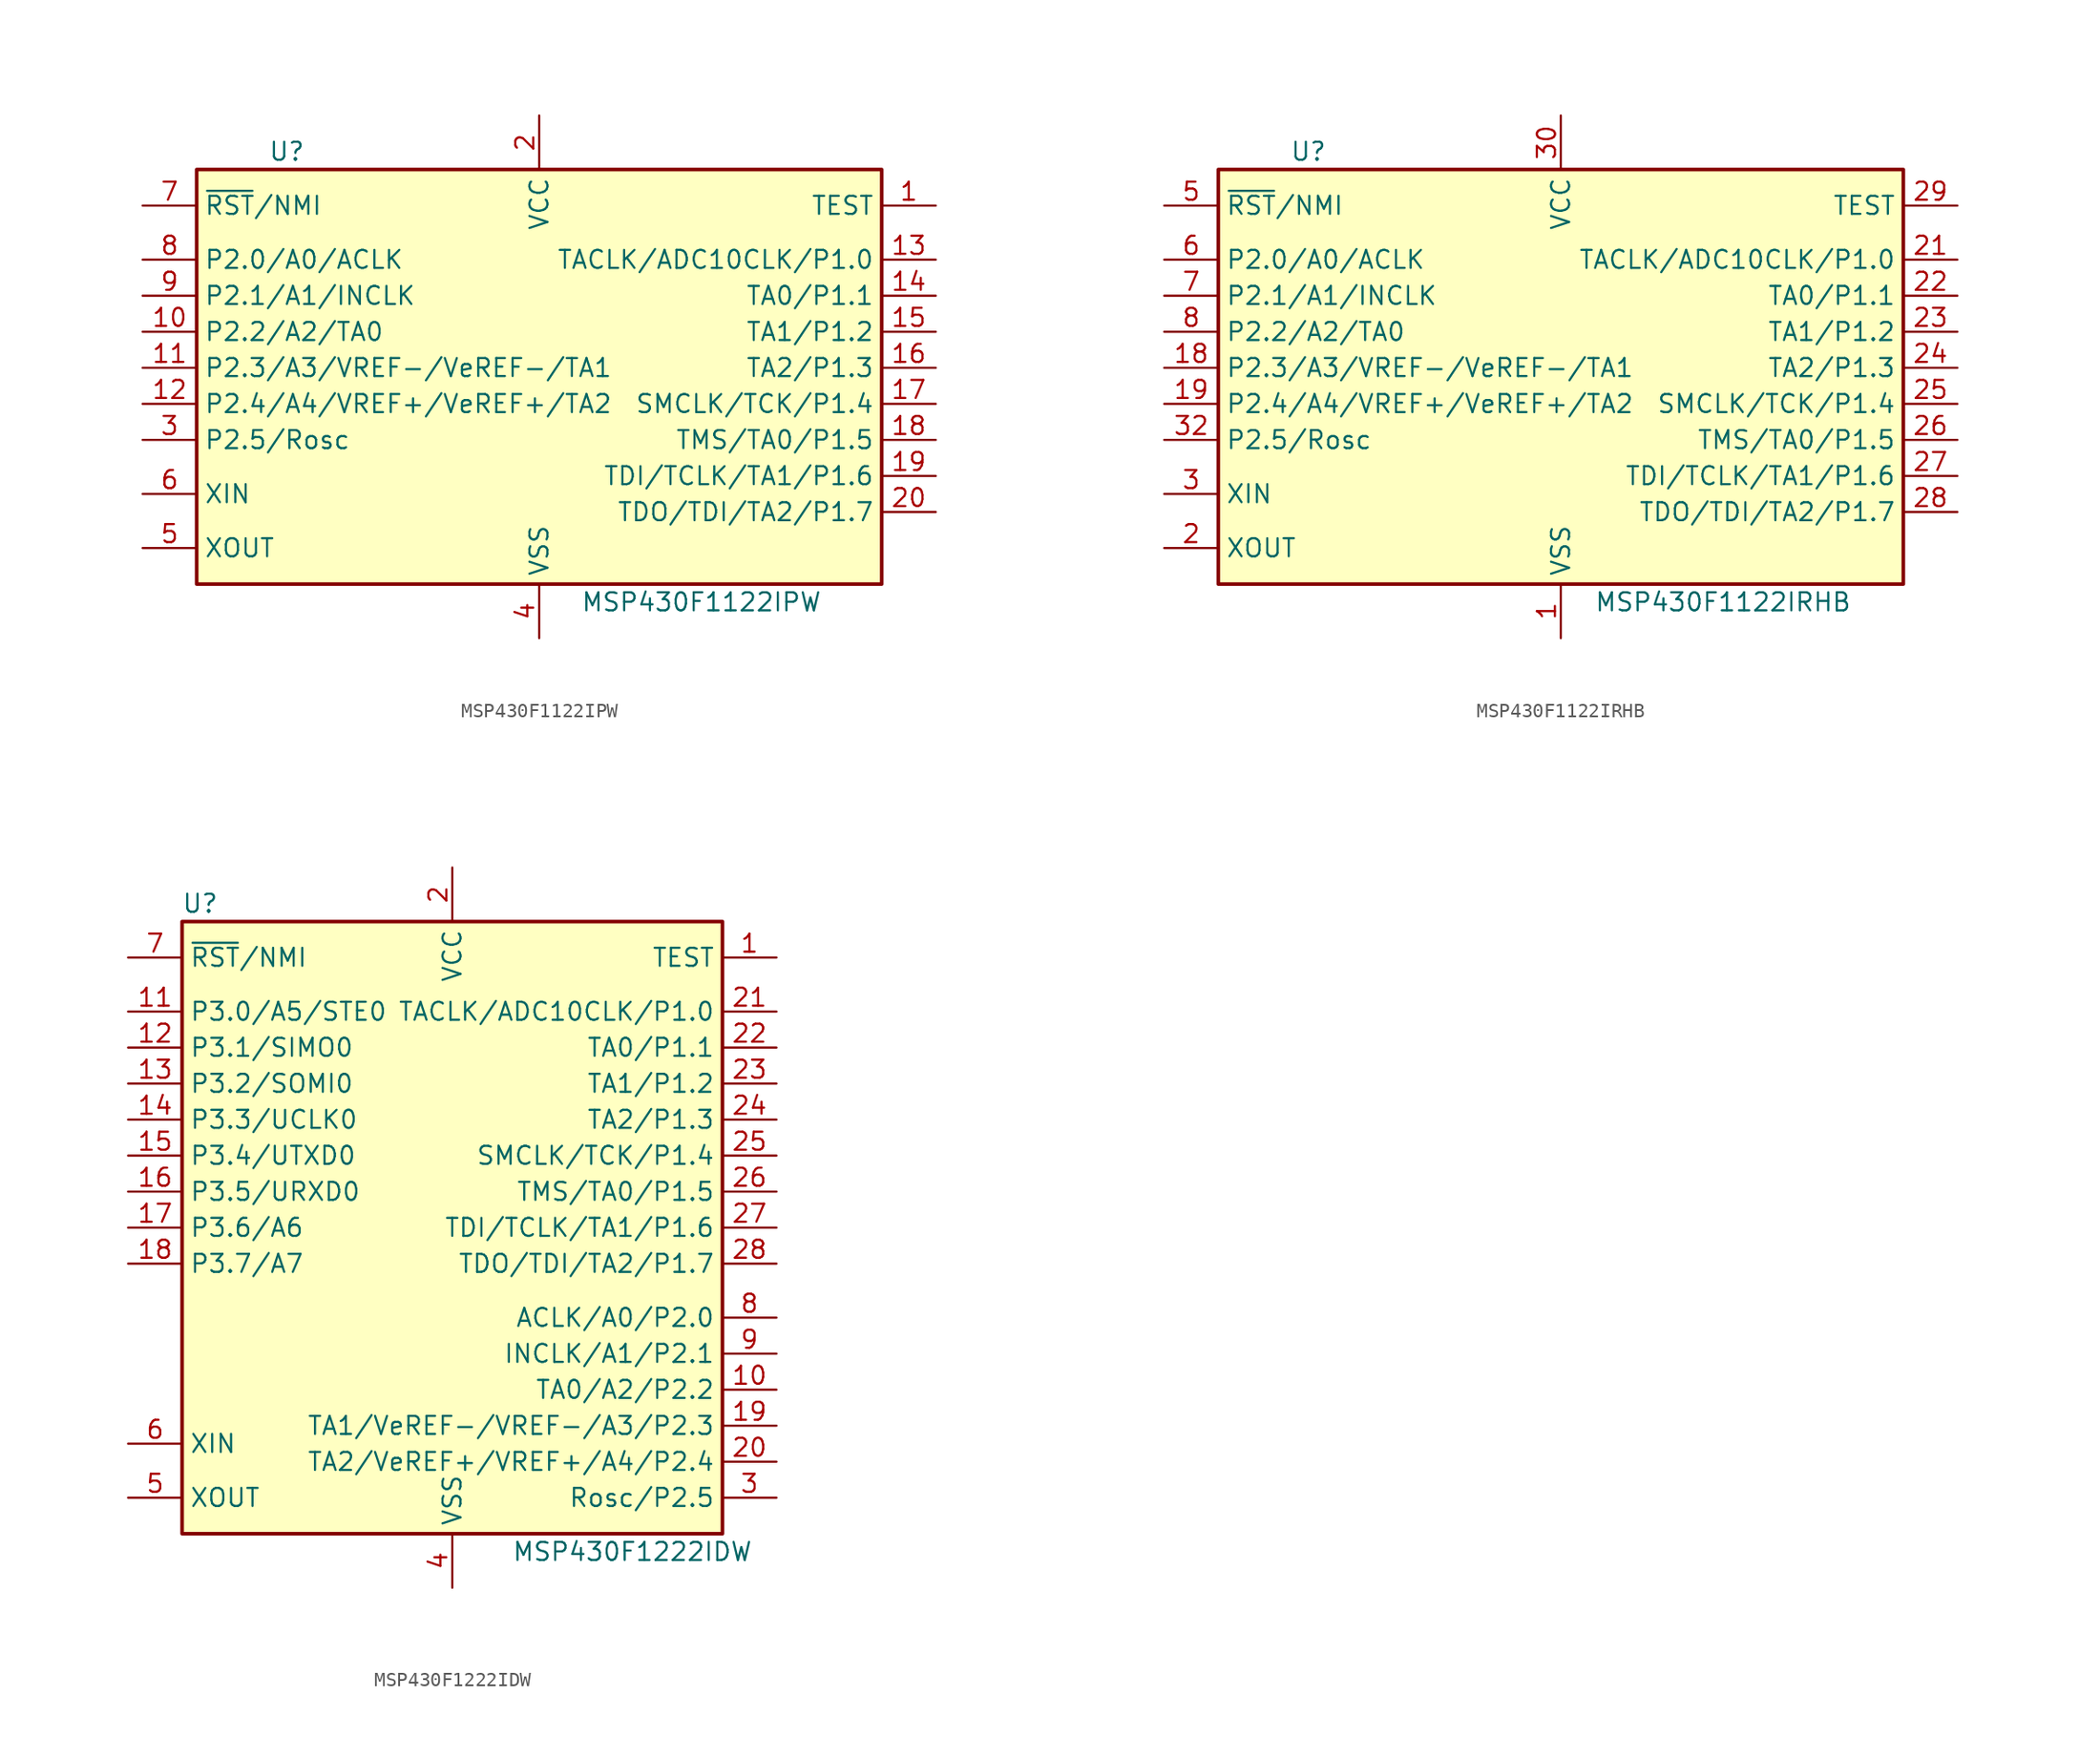
<source format=kicad_sym>
(kicad_symbol_lib
  (version 20201005)
  (generator kicad_symbol_editor)
  (symbol "MSP430F1122IPW"
    (property "Reference" "U"
      (at -17.78 15.24 0)
      (effects (font (size 1.27 1.27))))
    (property "Value" "MSP430F1122IPW"
      (at 11.43 -16.51 0)
      (effects (font (size 1.27 1.27))))
    (symbol "MSP430F1122IPW_0_1"
      (rectangle (start -24.13 13.97) (end 24.13 -15.24) (stroke (width 0.254)) (fill (type background))))
    (symbol "MSP430F1122IPW_1_1"
      (pin input line (at 27.94 11.43 180) (length 3.81) (name "TEST" (effects (font (size 1.27 1.27)))) (number "1" (effects (font (size 1.27 1.27)))))
      (pin bidirectional line (at -27.94 2.54 0) (length 3.81) (name "P2.2/A2/TA0" (effects (font (size 1.27 1.27)))) (number "10" (effects (font (size 1.27 1.27)))))
      (pin bidirectional line (at -27.94 0 0) (length 3.81) (name "P2.3/A3/VREF-/VeREF-/TA1" (effects (font (size 1.27 1.27)))) (number "11" (effects (font (size 1.27 1.27)))))
      (pin bidirectional line (at -27.94 -2.54 0) (length 3.81) (name "P2.4/A4/VREF+/VeREF+/TA2" (effects (font (size 1.27 1.27)))) (number "12" (effects (font (size 1.27 1.27)))))
      (pin bidirectional line (at 27.94 7.62 180) (length 3.81) (name "TACLK/ADC10CLK/P1.0" (effects (font (size 1.27 1.27)))) (number "13" (effects (font (size 1.27 1.27)))))
      (pin bidirectional line (at 27.94 5.08 180) (length 3.81) (name "TA0/P1.1" (effects (font (size 1.27 1.27)))) (number "14" (effects (font (size 1.27 1.27)))))
      (pin bidirectional line (at 27.94 2.54 180) (length 3.81) (name "TA1/P1.2" (effects (font (size 1.27 1.27)))) (number "15" (effects (font (size 1.27 1.27)))))
      (pin bidirectional line (at 27.94 0 180) (length 3.81) (name "TA2/P1.3" (effects (font (size 1.27 1.27)))) (number "16" (effects (font (size 1.27 1.27)))))
      (pin bidirectional line (at 27.94 -2.54 180) (length 3.81) (name "SMCLK/TCK/P1.4" (effects (font (size 1.27 1.27)))) (number "17" (effects (font (size 1.27 1.27)))))
      (pin bidirectional line (at 27.94 -5.08 180) (length 3.81) (name "TMS/TA0/P1.5" (effects (font (size 1.27 1.27)))) (number "18" (effects (font (size 1.27 1.27)))))
      (pin bidirectional line (at 27.94 -7.62 180) (length 3.81) (name "TDI/TCLK/TA1/P1.6" (effects (font (size 1.27 1.27)))) (number "19" (effects (font (size 1.27 1.27)))))
      (pin power_in line (at 0 17.78 270) (length 3.81) (name "VCC" (effects (font (size 1.27 1.27)))) (number "2" (effects (font (size 1.27 1.27)))))
      (pin bidirectional line (at 27.94 -10.16 180) (length 3.81) (name "TDO/TDI/TA2/P1.7" (effects (font (size 1.27 1.27)))) (number "20" (effects (font (size 1.27 1.27)))))
      (pin bidirectional line (at -27.94 -5.08 0) (length 3.81) (name "P2.5/Rosc" (effects (font (size 1.27 1.27)))) (number "3" (effects (font (size 1.27 1.27)))))
      (pin power_in line (at 0 -19.05 90) (length 3.81) (name "VSS" (effects (font (size 1.27 1.27)))) (number "4" (effects (font (size 1.27 1.27)))))
      (pin output line (at -27.94 -12.7 0) (length 3.81) (name "XOUT" (effects (font (size 1.27 1.27)))) (number "5" (effects (font (size 1.27 1.27)))))
      (pin input line (at -27.94 -8.89 0) (length 3.81) (name "XIN" (effects (font (size 1.27 1.27)))) (number "6" (effects (font (size 1.27 1.27)))))
      (pin input line (at -27.94 11.43 0) (length 3.81) (name "~RST~/NMI" (effects (font (size 1.27 1.27)))) (number "7" (effects (font (size 1.27 1.27)))))
      (pin bidirectional line (at -27.94 7.62 0) (length 3.81) (name "P2.0/A0/ACLK" (effects (font (size 1.27 1.27)))) (number "8" (effects (font (size 1.27 1.27)))))
      (pin bidirectional line (at -27.94 5.08 0) (length 3.81) (name "P2.1/A1/INCLK" (effects (font (size 1.27 1.27)))) (number "9" (effects (font (size 1.27 1.27)))))))
  (symbol "MSP430F1122IRHB"
    (property "Reference" "U"
      (at -17.78 15.24 0)
      (effects (font (size 1.27 1.27))))
    (property "Value" "MSP430F1122IRHB"
      (at 11.43 -16.51 0)
      (effects (font (size 1.27 1.27))))
    (symbol "MSP430F1122IRHB_0_1"
      (rectangle (start -24.13 13.97) (end 24.13 -15.24) (stroke (width 0.254)) (fill (type background))))
    (symbol "MSP430F1122IRHB_1_1"
      (pin power_in line (at 0 -19.05 90) (length 3.81) (name "VSS" (effects (font (size 1.27 1.27)))) (number "1" (effects (font (size 1.27 1.27)))))
      (pin bidirectional line (at -27.94 0 0) (length 3.81) (name "P2.3/A3/VREF-/VeREF-/TA1" (effects (font (size 1.27 1.27)))) (number "18" (effects (font (size 1.27 1.27)))))
      (pin bidirectional line (at -27.94 -2.54 0) (length 3.81) (name "P2.4/A4/VREF+/VeREF+/TA2" (effects (font (size 1.27 1.27)))) (number "19" (effects (font (size 1.27 1.27)))))
      (pin output line (at -27.94 -12.7 0) (length 3.81) (name "XOUT" (effects (font (size 1.27 1.27)))) (number "2" (effects (font (size 1.27 1.27)))))
      (pin bidirectional line (at 27.94 7.62 180) (length 3.81) (name "TACLK/ADC10CLK/P1.0" (effects (font (size 1.27 1.27)))) (number "21" (effects (font (size 1.27 1.27)))))
      (pin bidirectional line (at 27.94 5.08 180) (length 3.81) (name "TA0/P1.1" (effects (font (size 1.27 1.27)))) (number "22" (effects (font (size 1.27 1.27)))))
      (pin bidirectional line (at 27.94 2.54 180) (length 3.81) (name "TA1/P1.2" (effects (font (size 1.27 1.27)))) (number "23" (effects (font (size 1.27 1.27)))))
      (pin bidirectional line (at 27.94 0 180) (length 3.81) (name "TA2/P1.3" (effects (font (size 1.27 1.27)))) (number "24" (effects (font (size 1.27 1.27)))))
      (pin bidirectional line (at 27.94 -2.54 180) (length 3.81) (name "SMCLK/TCK/P1.4" (effects (font (size 1.27 1.27)))) (number "25" (effects (font (size 1.27 1.27)))))
      (pin bidirectional line (at 27.94 -5.08 180) (length 3.81) (name "TMS/TA0/P1.5" (effects (font (size 1.27 1.27)))) (number "26" (effects (font (size 1.27 1.27)))))
      (pin bidirectional line (at 27.94 -7.62 180) (length 3.81) (name "TDI/TCLK/TA1/P1.6" (effects (font (size 1.27 1.27)))) (number "27" (effects (font (size 1.27 1.27)))))
      (pin bidirectional line (at 27.94 -10.16 180) (length 3.81) (name "TDO/TDI/TA2/P1.7" (effects (font (size 1.27 1.27)))) (number "28" (effects (font (size 1.27 1.27)))))
      (pin input line (at 27.94 11.43 180) (length 3.81) (name "TEST" (effects (font (size 1.27 1.27)))) (number "29" (effects (font (size 1.27 1.27)))))
      (pin input line (at -27.94 -8.89 0) (length 3.81) (name "XIN" (effects (font (size 1.27 1.27)))) (number "3" (effects (font (size 1.27 1.27)))))
      (pin power_in line (at 0 17.78 270) (length 3.81) (name "VCC" (effects (font (size 1.27 1.27)))) (number "30" (effects (font (size 1.27 1.27)))))
      (pin bidirectional line (at -27.94 -5.08 0) (length 3.81) (name "P2.5/Rosc" (effects (font (size 1.27 1.27)))) (number "32" (effects (font (size 1.27 1.27)))))
      (pin input line (at -27.94 11.43 0) (length 3.81) (name "~RST~/NMI" (effects (font (size 1.27 1.27)))) (number "5" (effects (font (size 1.27 1.27)))))
      (pin bidirectional line (at -27.94 7.62 0) (length 3.81) (name "P2.0/A0/ACLK" (effects (font (size 1.27 1.27)))) (number "6" (effects (font (size 1.27 1.27)))))
      (pin bidirectional line (at -27.94 5.08 0) (length 3.81) (name "P2.1/A1/INCLK" (effects (font (size 1.27 1.27)))) (number "7" (effects (font (size 1.27 1.27)))))
      (pin bidirectional line (at -27.94 2.54 0) (length 3.81) (name "P2.2/A2/TA0" (effects (font (size 1.27 1.27)))) (number "8" (effects (font (size 1.27 1.27)))))))
  (symbol "MSP430F1222IDW"
    (property "Reference" "U"
      (at -17.78 22.86 0)
      (effects (font (size 1.27 1.27))))
    (property "Value" "MSP430F1222IDW"
      (at 12.7 -22.86 0)
      (effects (font (size 1.27 1.27))))
    (symbol "MSP430F1222IDW_0_1"
      (rectangle (start -19.05 21.59) (end 19.05 -21.59) (stroke (width 0.254)) (fill (type background))))
    (symbol "MSP430F1222IDW_1_1"
      (pin input line (at 22.86 19.05 180) (length 3.81) (name "TEST" (effects (font (size 1.27 1.27)))) (number "1" (effects (font (size 1.27 1.27)))))
      (pin bidirectional line (at 22.86 -11.43 180) (length 3.81) (name "TA0/A2/P2.2" (effects (font (size 1.27 1.27)))) (number "10" (effects (font (size 1.27 1.27)))))
      (pin bidirectional line (at -22.86 15.24 0) (length 3.81) (name "P3.0/A5/STE0" (effects (font (size 1.27 1.27)))) (number "11" (effects (font (size 1.27 1.27)))))
      (pin bidirectional line (at -22.86 12.7 0) (length 3.81) (name "P3.1/SIMO0" (effects (font (size 1.27 1.27)))) (number "12" (effects (font (size 1.27 1.27)))))
      (pin bidirectional line (at -22.86 10.16 0) (length 3.81) (name "P3.2/SOMI0" (effects (font (size 1.27 1.27)))) (number "13" (effects (font (size 1.27 1.27)))))
      (pin bidirectional line (at -22.86 7.62 0) (length 3.81) (name "P3.3/UCLK0" (effects (font (size 1.27 1.27)))) (number "14" (effects (font (size 1.27 1.27)))))
      (pin bidirectional line (at -22.86 5.08 0) (length 3.81) (name "P3.4/UTXD0" (effects (font (size 1.27 1.27)))) (number "15" (effects (font (size 1.27 1.27)))))
      (pin bidirectional line (at -22.86 2.54 0) (length 3.81) (name "P3.5/URXD0" (effects (font (size 1.27 1.27)))) (number "16" (effects (font (size 1.27 1.27)))))
      (pin bidirectional line (at -22.86 0 0) (length 3.81) (name "P3.6/A6" (effects (font (size 1.27 1.27)))) (number "17" (effects (font (size 1.27 1.27)))))
      (pin bidirectional line (at -22.86 -2.54 0) (length 3.81) (name "P3.7/A7" (effects (font (size 1.27 1.27)))) (number "18" (effects (font (size 1.27 1.27)))))
      (pin bidirectional line (at 22.86 -13.97 180) (length 3.81) (name "TA1/VeREF-/VREF-/A3/P2.3" (effects (font (size 1.27 1.27)))) (number "19" (effects (font (size 1.27 1.27)))))
      (pin power_in line (at 0 25.4 270) (length 3.81) (name "VCC" (effects (font (size 1.27 1.27)))) (number "2" (effects (font (size 1.27 1.27)))))
      (pin bidirectional line (at 22.86 -16.51 180) (length 3.81) (name "TA2/VeREF+/VREF+/A4/P2.4" (effects (font (size 1.27 1.27)))) (number "20" (effects (font (size 1.27 1.27)))))
      (pin bidirectional line (at 22.86 15.24 180) (length 3.81) (name "TACLK/ADC10CLK/P1.0" (effects (font (size 1.27 1.27)))) (number "21" (effects (font (size 1.27 1.27)))))
      (pin bidirectional line (at 22.86 12.7 180) (length 3.81) (name "TA0/P1.1" (effects (font (size 1.27 1.27)))) (number "22" (effects (font (size 1.27 1.27)))))
      (pin bidirectional line (at 22.86 10.16 180) (length 3.81) (name "TA1/P1.2" (effects (font (size 1.27 1.27)))) (number "23" (effects (font (size 1.27 1.27)))))
      (pin bidirectional line (at 22.86 7.62 180) (length 3.81) (name "TA2/P1.3" (effects (font (size 1.27 1.27)))) (number "24" (effects (font (size 1.27 1.27)))))
      (pin bidirectional line (at 22.86 5.08 180) (length 3.81) (name "SMCLK/TCK/P1.4" (effects (font (size 1.27 1.27)))) (number "25" (effects (font (size 1.27 1.27)))))
      (pin bidirectional line (at 22.86 2.54 180) (length 3.81) (name "TMS/TA0/P1.5" (effects (font (size 1.27 1.27)))) (number "26" (effects (font (size 1.27 1.27)))))
      (pin bidirectional line (at 22.86 0 180) (length 3.81) (name "TDI/TCLK/TA1/P1.6" (effects (font (size 1.27 1.27)))) (number "27" (effects (font (size 1.27 1.27)))))
      (pin bidirectional line (at 22.86 -2.54 180) (length 3.81) (name "TDO/TDI/TA2/P1.7" (effects (font (size 1.27 1.27)))) (number "28" (effects (font (size 1.27 1.27)))))
      (pin bidirectional line (at 22.86 -19.05 180) (length 3.81) (name "Rosc/P2.5" (effects (font (size 1.27 1.27)))) (number "3" (effects (font (size 1.27 1.27)))))
      (pin power_in line (at 0 -25.4 90) (length 3.81) (name "VSS" (effects (font (size 1.27 1.27)))) (number "4" (effects (font (size 1.27 1.27)))))
      (pin output line (at -22.86 -19.05 0) (length 3.81) (name "XOUT" (effects (font (size 1.27 1.27)))) (number "5" (effects (font (size 1.27 1.27)))))
      (pin input line (at -22.86 -15.24 0) (length 3.81) (name "XIN" (effects (font (size 1.27 1.27)))) (number "6" (effects (font (size 1.27 1.27)))))
      (pin input line (at -22.86 19.05 0) (length 3.81) (name "~RST~/NMI" (effects (font (size 1.27 1.27)))) (number "7" (effects (font (size 1.27 1.27)))))
      (pin bidirectional line (at 22.86 -6.35 180) (length 3.81) (name "ACLK/A0/P2.0" (effects (font (size 1.27 1.27)))) (number "8" (effects (font (size 1.27 1.27)))))
      (pin bidirectional line (at 22.86 -8.89 180) (length 3.81) (name "INCLK/A1/P2.1" (effects (font (size 1.27 1.27)))) (number "9" (effects (font (size 1.27 1.27))))))))
</source>
